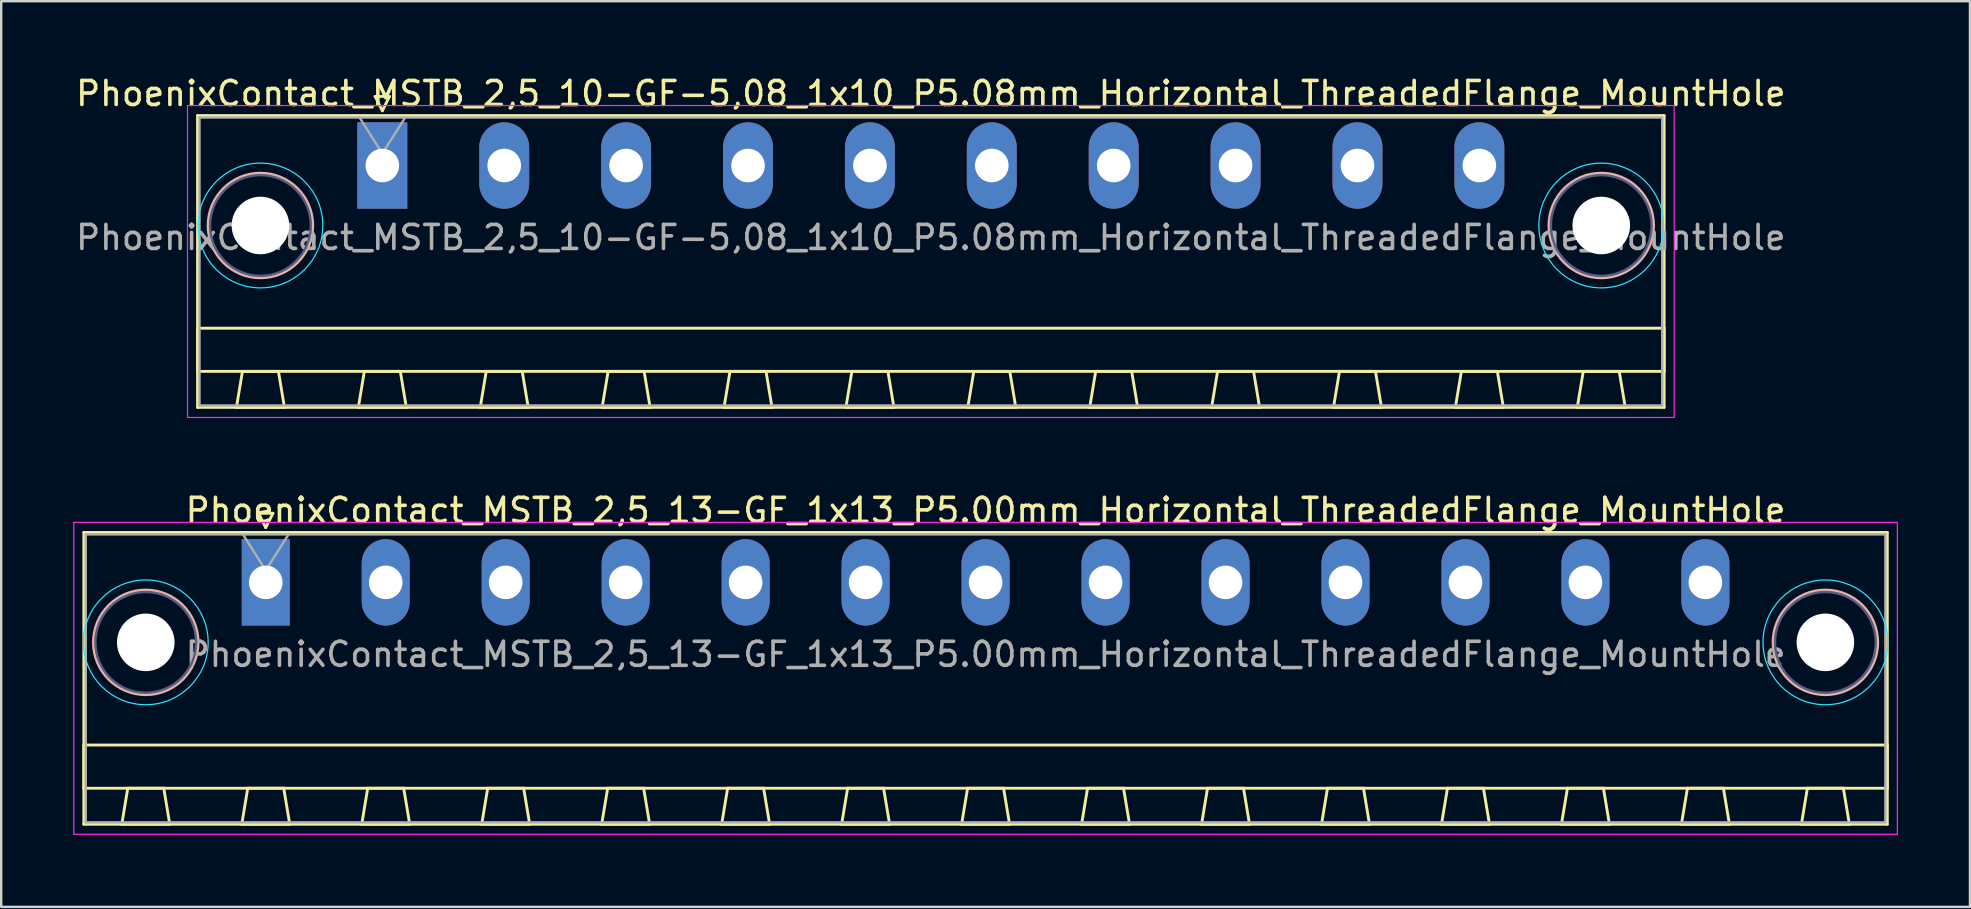
<source format=kicad_pcb>
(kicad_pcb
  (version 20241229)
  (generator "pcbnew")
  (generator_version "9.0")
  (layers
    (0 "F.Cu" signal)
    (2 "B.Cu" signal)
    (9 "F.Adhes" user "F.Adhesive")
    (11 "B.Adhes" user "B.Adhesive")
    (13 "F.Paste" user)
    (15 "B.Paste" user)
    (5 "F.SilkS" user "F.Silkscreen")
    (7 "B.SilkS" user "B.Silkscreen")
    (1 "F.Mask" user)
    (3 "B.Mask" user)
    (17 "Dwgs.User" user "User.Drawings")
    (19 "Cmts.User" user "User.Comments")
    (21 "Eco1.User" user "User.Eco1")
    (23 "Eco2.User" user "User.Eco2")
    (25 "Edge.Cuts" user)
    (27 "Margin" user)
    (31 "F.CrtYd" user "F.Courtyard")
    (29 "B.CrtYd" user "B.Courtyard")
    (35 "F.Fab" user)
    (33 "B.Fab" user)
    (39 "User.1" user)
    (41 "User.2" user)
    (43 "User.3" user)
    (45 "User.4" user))
  (footprint "PhoenixContact_MSTB_2,5_13-GF_1x13_P5.00mm_Horizontal_ThreadedFlange_MountHole"
    (layer "F.Cu")
    (at 8.025 21.221)
    (property "Reference" "PhoenixContact_MSTB_2,5_13-GF_1x13_P5.00mm_Horizontal_ThreadedFlange_MountHole" (at 30 -3 0) (layer "F.SilkS") (effects (font (size 1 1) (thickness 0.15))))
    (attr through_hole)
    (fp_line (start -7.58 -2.08) (end -7.58 10.08) (stroke (width 0.12) (type solid)) (layer "F.SilkS"))
    (fp_line (start -7.58 6.78) (end 67.58 6.78) (stroke (width 0.12) (type solid)) (layer "F.SilkS"))
    (fp_line (start -7.58 8.58) (end -7.58 6.78) (stroke (width 0.12) (type solid)) (layer "F.SilkS"))
    (fp_line (start -7.58 10.08) (end 67.58 10.08) (stroke (width 0.12) (type solid)) (layer "F.SilkS"))
    (fp_line (start -6 10.08) (end -4 10.08) (stroke (width 0.12) (type solid)) (layer "F.SilkS"))
    (fp_line (start -5.75 8.58) (end -6 10.08) (stroke (width 0.12) (type solid)) (layer "F.SilkS"))
    (fp_line (start -4.25 8.58) (end -5.75 8.58) (stroke (width 0.12) (type solid)) (layer "F.SilkS"))
    (fp_line (start -4 10.08) (end -4.25 8.58) (stroke (width 0.12) (type solid)) (layer "F.SilkS"))
    (fp_line (start -1 10.08) (end 1 10.08) (stroke (width 0.12) (type solid)) (layer "F.SilkS"))
    (fp_line (start -0.75 8.58) (end -1 10.08) (stroke (width 0.12) (type solid)) (layer "F.SilkS"))
    (fp_line (start -0.3 -2.88) (end 0.3 -2.88) (stroke (width 0.12) (type solid)) (layer "F.SilkS"))
    (fp_line (start 0 -2.28) (end -0.3 -2.88) (stroke (width 0.12) (type solid)) (layer "F.SilkS"))
    (fp_line (start 0.3 -2.88) (end 0 -2.28) (stroke (width 0.12) (type solid)) (layer "F.SilkS"))
    (fp_line (start 0.75 8.58) (end -0.75 8.58) (stroke (width 0.12) (type solid)) (layer "F.SilkS"))
    (fp_line (start 1 10.08) (end 0.75 8.58) (stroke (width 0.12) (type solid)) (layer "F.SilkS"))
    (fp_line (start 4 10.08) (end 6 10.08) (stroke (width 0.12) (type solid)) (layer "F.SilkS"))
    (fp_line (start 4.25 8.58) (end 4 10.08) (stroke (width 0.12) (type solid)) (layer "F.SilkS"))
    (fp_line (start 5.75 8.58) (end 4.25 8.58) (stroke (width 0.12) (type solid)) (layer "F.SilkS"))
    (fp_line (start 6 10.08) (end 5.75 8.58) (stroke (width 0.12) (type solid)) (layer "F.SilkS"))
    (fp_line (start 9 10.08) (end 11 10.08) (stroke (width 0.12) (type solid)) (layer "F.SilkS"))
    (fp_line (start 9.25 8.58) (end 9 10.08) (stroke (width 0.12) (type solid)) (layer "F.SilkS"))
    (fp_line (start 10.75 8.58) (end 9.25 8.58) (stroke (width 0.12) (type solid)) (layer "F.SilkS"))
    (fp_line (start 11 10.08) (end 10.75 8.58) (stroke (width 0.12) (type solid)) (layer "F.SilkS"))
    (fp_line (start 14 10.08) (end 16 10.08) (stroke (width 0.12) (type solid)) (layer "F.SilkS"))
    (fp_line (start 14.25 8.58) (end 14 10.08) (stroke (width 0.12) (type solid)) (layer "F.SilkS"))
    (fp_line (start 15.75 8.58) (end 14.25 8.58) (stroke (width 0.12) (type solid)) (layer "F.SilkS"))
    (fp_line (start 16 10.08) (end 15.75 8.58) (stroke (width 0.12) (type solid)) (layer "F.SilkS"))
    (fp_line (start 19 10.08) (end 21 10.08) (stroke (width 0.12) (type solid)) (layer "F.SilkS"))
    (fp_line (start 19.25 8.58) (end 19 10.08) (stroke (width 0.12) (type solid)) (layer "F.SilkS"))
    (fp_line (start 20.75 8.58) (end 19.25 8.58) (stroke (width 0.12) (type solid)) (layer "F.SilkS"))
    (fp_line (start 21 10.08) (end 20.75 8.58) (stroke (width 0.12) (type solid)) (layer "F.SilkS"))
    (fp_line (start 24 10.08) (end 26 10.08) (stroke (width 0.12) (type solid)) (layer "F.SilkS"))
    (fp_line (start 24.25 8.58) (end 24 10.08) (stroke (width 0.12) (type solid)) (layer "F.SilkS"))
    (fp_line (start 25.75 8.58) (end 24.25 8.58) (stroke (width 0.12) (type solid)) (layer "F.SilkS"))
    (fp_line (start 26 10.08) (end 25.75 8.58) (stroke (width 0.12) (type solid)) (layer "F.SilkS"))
    (fp_line (start 29 10.08) (end 31 10.08) (stroke (width 0.12) (type solid)) (layer "F.SilkS"))
    (fp_line (start 29.25 8.58) (end 29 10.08) (stroke (width 0.12) (type solid)) (layer "F.SilkS"))
    (fp_line (start 30.75 8.58) (end 29.25 8.58) (stroke (width 0.12) (type solid)) (layer "F.SilkS"))
    (fp_line (start 31 10.08) (end 30.75 8.58) (stroke (width 0.12) (type solid)) (layer "F.SilkS"))
    (fp_line (start 34 10.08) (end 36 10.08) (stroke (width 0.12) (type solid)) (layer "F.SilkS"))
    (fp_line (start 34.25 8.58) (end 34 10.08) (stroke (width 0.12) (type solid)) (layer "F.SilkS"))
    (fp_line (start 35.75 8.58) (end 34.25 8.58) (stroke (width 0.12) (type solid)) (layer "F.SilkS"))
    (fp_line (start 36 10.08) (end 35.75 8.58) (stroke (width 0.12) (type solid)) (layer "F.SilkS"))
    (fp_line (start 39 10.08) (end 41 10.08) (stroke (width 0.12) (type solid)) (layer "F.SilkS"))
    (fp_line (start 39.25 8.58) (end 39 10.08) (stroke (width 0.12) (type solid)) (layer "F.SilkS"))
    (fp_line (start 40.75 8.58) (end 39.25 8.58) (stroke (width 0.12) (type solid)) (layer "F.SilkS"))
    (fp_line (start 41 10.08) (end 40.75 8.58) (stroke (width 0.12) (type solid)) (layer "F.SilkS"))
    (fp_line (start 44 10.08) (end 46 10.08) (stroke (width 0.12) (type solid)) (layer "F.SilkS"))
    (fp_line (start 44.25 8.58) (end 44 10.08) (stroke (width 0.12) (type solid)) (layer "F.SilkS"))
    (fp_line (start 45.75 8.58) (end 44.25 8.58) (stroke (width 0.12) (type solid)) (layer "F.SilkS"))
    (fp_line (start 46 10.08) (end 45.75 8.58) (stroke (width 0.12) (type solid)) (layer "F.SilkS"))
    (fp_line (start 49 10.08) (end 51 10.08) (stroke (width 0.12) (type solid)) (layer "F.SilkS"))
    (fp_line (start 49.25 8.58) (end 49 10.08) (stroke (width 0.12) (type solid)) (layer "F.SilkS"))
    (fp_line (start 50.75 8.58) (end 49.25 8.58) (stroke (width 0.12) (type solid)) (layer "F.SilkS"))
    (fp_line (start 51 10.08) (end 50.75 8.58) (stroke (width 0.12) (type solid)) (layer "F.SilkS"))
    (fp_line (start 54 10.08) (end 56 10.08) (stroke (width 0.12) (type solid)) (layer "F.SilkS"))
    (fp_line (start 54.25 8.58) (end 54 10.08) (stroke (width 0.12) (type solid)) (layer "F.SilkS"))
    (fp_line (start 55.75 8.58) (end 54.25 8.58) (stroke (width 0.12) (type solid)) (layer "F.SilkS"))
    (fp_line (start 56 10.08) (end 55.75 8.58) (stroke (width 0.12) (type solid)) (layer "F.SilkS"))
    (fp_line (start 59 10.08) (end 61 10.08) (stroke (width 0.12) (type solid)) (layer "F.SilkS"))
    (fp_line (start 59.25 8.58) (end 59 10.08) (stroke (width 0.12) (type solid)) (layer "F.SilkS"))
    (fp_line (start 60.75 8.58) (end 59.25 8.58) (stroke (width 0.12) (type solid)) (layer "F.SilkS"))
    (fp_line (start 61 10.08) (end 60.75 8.58) (stroke (width 0.12) (type solid)) (layer "F.SilkS"))
    (fp_line (start 64 10.08) (end 66 10.08) (stroke (width 0.12) (type solid)) (layer "F.SilkS"))
    (fp_line (start 64.25 8.58) (end 64 10.08) (stroke (width 0.12) (type solid)) (layer "F.SilkS"))
    (fp_line (start 65.75 8.58) (end 64.25 8.58) (stroke (width 0.12) (type solid)) (layer "F.SilkS"))
    (fp_line (start 66 10.08) (end 65.75 8.58) (stroke (width 0.12) (type solid)) (layer "F.SilkS"))
    (fp_line (start 67.58 -2.08) (end -7.58 -2.08) (stroke (width 0.12) (type solid)) (layer "F.SilkS"))
    (fp_line (start 67.58 6.78) (end 67.58 8.58) (stroke (width 0.12) (type solid)) (layer "F.SilkS"))
    (fp_line (start 67.58 8.58) (end -7.58 8.58) (stroke (width 0.12) (type solid)) (layer "F.SilkS"))
    (fp_line (start 67.58 10.08) (end 67.58 -2.08) (stroke (width 0.12) (type solid)) (layer "F.SilkS"))
    (fp_circle (center -5 2.5) (end -2.82 2.5) (stroke (width 0.12) (type solid)) (fill no) (layer "B.SilkS"))
    (fp_circle (center 65 2.5) (end 67.18 2.5) (stroke (width 0.12) (type solid)) (fill no) (layer "B.SilkS"))
    (fp_circle (center -5 2.5) (end -2.4 2.5) (stroke (width 0.05) (type solid)) (fill no) (layer "B.CrtYd"))
    (fp_circle (center 65 2.5) (end 67.6 2.5) (stroke (width 0.05) (type solid)) (fill no) (layer "B.CrtYd"))
    (fp_line (start -8 -2.5) (end -8 10.5) (stroke (width 0.05) (type solid)) (layer "F.CrtYd"))
    (fp_line (start -8 10.5) (end 68 10.5) (stroke (width 0.05) (type solid)) (layer "F.CrtYd"))
    (fp_line (start 68 -2.5) (end -8 -2.5) (stroke (width 0.05) (type solid)) (layer "F.CrtYd"))
    (fp_line (start 68 10.5) (end 68 -2.5) (stroke (width 0.05) (type solid)) (layer "F.CrtYd"))
    (fp_circle (center -5 2.5) (end -2.9 2.5) (stroke (width 0.1) (type solid)) (fill no) (layer "B.Fab"))
    (fp_circle (center 65 2.5) (end 67.1 2.5) (stroke (width 0.1) (type solid)) (fill no) (layer "B.Fab"))
    (fp_line (start -7.5 -2) (end -7.5 10) (stroke (width 0.1) (type solid)) (layer "F.Fab"))
    (fp_line (start -7.5 10) (end 67.5 10) (stroke (width 0.1) (type solid)) (layer "F.Fab"))
    (fp_line (start 0 -0.5) (end -0.95 -2) (stroke (width 0.1) (type solid)) (layer "F.Fab"))
    (fp_line (start 0.95 -2) (end 0 -0.5) (stroke (width 0.1) (type solid)) (layer "F.Fab"))
    (fp_line (start 67.5 -2) (end -7.5 -2) (stroke (width 0.1) (type solid)) (layer "F.Fab"))
    (fp_line (start 67.5 10) (end 67.5 -2) (stroke (width 0.1) (type solid)) (layer "F.Fab"))
    (fp_text user "${REFERENCE}" (at 30 3 0) (layer "F.Fab") (effects (font (size 1 1) (thickness 0.15))))
    (pad "" np_thru_hole circle (at -5 2.5) (size 2.4 2.4) (drill 2.4) (layers "*.Cu" "*.Mask"))
    (pad "" np_thru_hole circle (at 65 2.5) (size 2.4 2.4) (drill 2.4) (layers "*.Cu" "*.Mask"))
    (pad "1" thru_hole rect (at 0 0) (size 2 3.6) (drill 1.4) (layers "*.Cu" "*.Mask"))
    (pad "2" thru_hole oval (at 5 0) (size 2 3.6) (drill 1.4) (layers "*.Cu" "*.Mask"))
    (pad "3" thru_hole oval (at 10 0) (size 2 3.6) (drill 1.4) (layers "*.Cu" "*.Mask"))
    (pad "4" thru_hole oval (at 15 0) (size 2 3.6) (drill 1.4) (layers "*.Cu" "*.Mask"))
    (pad "5" thru_hole oval (at 20 0) (size 2 3.6) (drill 1.4) (layers "*.Cu" "*.Mask"))
    (pad "6" thru_hole oval (at 25 0) (size 2 3.6) (drill 1.4) (layers "*.Cu" "*.Mask"))
    (pad "7" thru_hole oval (at 30 0) (size 2 3.6) (drill 1.4) (layers "*.Cu" "*.Mask"))
    (pad "8" thru_hole oval (at 35 0) (size 2 3.6) (drill 1.4) (layers "*.Cu" "*.Mask"))
    (pad "9" thru_hole oval (at 40 0) (size 2 3.6) (drill 1.4) (layers "*.Cu" "*.Mask"))
    (pad "10" thru_hole oval (at 45 0) (size 2 3.6) (drill 1.4) (layers "*.Cu" "*.Mask"))
    (pad "11" thru_hole oval (at 50 0) (size 2 3.6) (drill 1.4) (layers "*.Cu" "*.Mask"))
    (pad "12" thru_hole oval (at 55 0) (size 2 3.6) (drill 1.4) (layers "*.Cu" "*.Mask"))
    (pad "13" thru_hole oval (at 60 0) (size 2 3.6) (drill 1.4) (layers "*.Cu" "*.Mask")))
  (footprint "PhoenixContact_MSTB_2,5_10-GF-5,08_1x10_P5.08mm_Horizontal_ThreadedFlange_MountHole"
    (layer "F.Cu")
    (at 12.884 3.848)
    (property "Reference" "PhoenixContact_MSTB_2,5_10-GF-5,08_1x10_P5.08mm_Horizontal_ThreadedFlange_MountHole" (at 22.86 -3 0) (layer "F.SilkS") (effects (font (size 1 1) (thickness 0.15))))
    (attr through_hole)
    (fp_line (start -7.7 -2.08) (end -7.7 10.08) (stroke (width 0.12) (type solid)) (layer "F.SilkS"))
    (fp_line (start -7.7 6.78) (end 53.42 6.78) (stroke (width 0.12) (type solid)) (layer "F.SilkS"))
    (fp_line (start -7.7 8.58) (end -7.7 6.78) (stroke (width 0.12) (type solid)) (layer "F.SilkS"))
    (fp_line (start -7.7 10.08) (end 53.42 10.08) (stroke (width 0.12) (type solid)) (layer "F.SilkS"))
    (fp_line (start -6.08 10.08) (end -4.08 10.08) (stroke (width 0.12) (type solid)) (layer "F.SilkS"))
    (fp_line (start -5.83 8.58) (end -6.08 10.08) (stroke (width 0.12) (type solid)) (layer "F.SilkS"))
    (fp_line (start -4.33 8.58) (end -5.83 8.58) (stroke (width 0.12) (type solid)) (layer "F.SilkS"))
    (fp_line (start -4.08 10.08) (end -4.33 8.58) (stroke (width 0.12) (type solid)) (layer "F.SilkS"))
    (fp_line (start -1 10.08) (end 1 10.08) (stroke (width 0.12) (type solid)) (layer "F.SilkS"))
    (fp_line (start -0.75 8.58) (end -1 10.08) (stroke (width 0.12) (type solid)) (layer "F.SilkS"))
    (fp_line (start -0.3 -2.88) (end 0.3 -2.88) (stroke (width 0.12) (type solid)) (layer "F.SilkS"))
    (fp_line (start 0 -2.28) (end -0.3 -2.88) (stroke (width 0.12) (type solid)) (layer "F.SilkS"))
    (fp_line (start 0.3 -2.88) (end 0 -2.28) (stroke (width 0.12) (type solid)) (layer "F.SilkS"))
    (fp_line (start 0.75 8.58) (end -0.75 8.58) (stroke (width 0.12) (type solid)) (layer "F.SilkS"))
    (fp_line (start 1 10.08) (end 0.75 8.58) (stroke (width 0.12) (type solid)) (layer "F.SilkS"))
    (fp_line (start 4.08 10.08) (end 6.08 10.08) (stroke (width 0.12) (type solid)) (layer "F.SilkS"))
    (fp_line (start 4.33 8.58) (end 4.08 10.08) (stroke (width 0.12) (type solid)) (layer "F.SilkS"))
    (fp_line (start 5.83 8.58) (end 4.33 8.58) (stroke (width 0.12) (type solid)) (layer "F.SilkS"))
    (fp_line (start 6.08 10.08) (end 5.83 8.58) (stroke (width 0.12) (type solid)) (layer "F.SilkS"))
    (fp_line (start 9.16 10.08) (end 11.16 10.08) (stroke (width 0.12) (type solid)) (layer "F.SilkS"))
    (fp_line (start 9.41 8.58) (end 9.16 10.08) (stroke (width 0.12) (type solid)) (layer "F.SilkS"))
    (fp_line (start 10.91 8.58) (end 9.41 8.58) (stroke (width 0.12) (type solid)) (layer "F.SilkS"))
    (fp_line (start 11.16 10.08) (end 10.91 8.58) (stroke (width 0.12) (type solid)) (layer "F.SilkS"))
    (fp_line (start 14.24 10.08) (end 16.24 10.08) (stroke (width 0.12) (type solid)) (layer "F.SilkS"))
    (fp_line (start 14.49 8.58) (end 14.24 10.08) (stroke (width 0.12) (type solid)) (layer "F.SilkS"))
    (fp_line (start 15.99 8.58) (end 14.49 8.58) (stroke (width 0.12) (type solid)) (layer "F.SilkS"))
    (fp_line (start 16.24 10.08) (end 15.99 8.58) (stroke (width 0.12) (type solid)) (layer "F.SilkS"))
    (fp_line (start 19.32 10.08) (end 21.32 10.08) (stroke (width 0.12) (type solid)) (layer "F.SilkS"))
    (fp_line (start 19.57 8.58) (end 19.32 10.08) (stroke (width 0.12) (type solid)) (layer "F.SilkS"))
    (fp_line (start 21.07 8.58) (end 19.57 8.58) (stroke (width 0.12) (type solid)) (layer "F.SilkS"))
    (fp_line (start 21.32 10.08) (end 21.07 8.58) (stroke (width 0.12) (type solid)) (layer "F.SilkS"))
    (fp_line (start 24.4 10.08) (end 26.4 10.08) (stroke (width 0.12) (type solid)) (layer "F.SilkS"))
    (fp_line (start 24.65 8.58) (end 24.4 10.08) (stroke (width 0.12) (type solid)) (layer "F.SilkS"))
    (fp_line (start 26.15 8.58) (end 24.65 8.58) (stroke (width 0.12) (type solid)) (layer "F.SilkS"))
    (fp_line (start 26.4 10.08) (end 26.15 8.58) (stroke (width 0.12) (type solid)) (layer "F.SilkS"))
    (fp_line (start 29.48 10.08) (end 31.48 10.08) (stroke (width 0.12) (type solid)) (layer "F.SilkS"))
    (fp_line (start 29.73 8.58) (end 29.48 10.08) (stroke (width 0.12) (type solid)) (layer "F.SilkS"))
    (fp_line (start 31.23 8.58) (end 29.73 8.58) (stroke (width 0.12) (type solid)) (layer "F.SilkS"))
    (fp_line (start 31.48 10.08) (end 31.23 8.58) (stroke (width 0.12) (type solid)) (layer "F.SilkS"))
    (fp_line (start 34.56 10.08) (end 36.56 10.08) (stroke (width 0.12) (type solid)) (layer "F.SilkS"))
    (fp_line (start 34.81 8.58) (end 34.56 10.08) (stroke (width 0.12) (type solid)) (layer "F.SilkS"))
    (fp_line (start 36.31 8.58) (end 34.81 8.58) (stroke (width 0.12) (type solid)) (layer "F.SilkS"))
    (fp_line (start 36.56 10.08) (end 36.31 8.58) (stroke (width 0.12) (type solid)) (layer "F.SilkS"))
    (fp_line (start 39.64 10.08) (end 41.64 10.08) (stroke (width 0.12) (type solid)) (layer "F.SilkS"))
    (fp_line (start 39.89 8.58) (end 39.64 10.08) (stroke (width 0.12) (type solid)) (layer "F.SilkS"))
    (fp_line (start 41.39 8.58) (end 39.89 8.58) (stroke (width 0.12) (type solid)) (layer "F.SilkS"))
    (fp_line (start 41.64 10.08) (end 41.39 8.58) (stroke (width 0.12) (type solid)) (layer "F.SilkS"))
    (fp_line (start 44.72 10.08) (end 46.72 10.08) (stroke (width 0.12) (type solid)) (layer "F.SilkS"))
    (fp_line (start 44.97 8.58) (end 44.72 10.08) (stroke (width 0.12) (type solid)) (layer "F.SilkS"))
    (fp_line (start 46.47 8.58) (end 44.97 8.58) (stroke (width 0.12) (type solid)) (layer "F.SilkS"))
    (fp_line (start 46.72 10.08) (end 46.47 8.58) (stroke (width 0.12) (type solid)) (layer "F.SilkS"))
    (fp_line (start 49.8 10.08) (end 51.8 10.08) (stroke (width 0.12) (type solid)) (layer "F.SilkS"))
    (fp_line (start 50.05 8.58) (end 49.8 10.08) (stroke (width 0.12) (type solid)) (layer "F.SilkS"))
    (fp_line (start 51.55 8.58) (end 50.05 8.58) (stroke (width 0.12) (type solid)) (layer "F.SilkS"))
    (fp_line (start 51.8 10.08) (end 51.55 8.58) (stroke (width 0.12) (type solid)) (layer "F.SilkS"))
    (fp_line (start 53.42 -2.08) (end -7.7 -2.08) (stroke (width 0.12) (type solid)) (layer "F.SilkS"))
    (fp_line (start 53.42 6.78) (end 53.42 8.58) (stroke (width 0.12) (type solid)) (layer "F.SilkS"))
    (fp_line (start 53.42 8.58) (end -7.7 8.58) (stroke (width 0.12) (type solid)) (layer "F.SilkS"))
    (fp_line (start 53.42 10.08) (end 53.42 -2.08) (stroke (width 0.12) (type solid)) (layer "F.SilkS"))
    (fp_circle (center -5.08 2.5) (end -2.9 2.5) (stroke (width 0.12) (type solid)) (fill no) (layer "B.SilkS"))
    (fp_circle (center 50.8 2.5) (end 52.98 2.5) (stroke (width 0.12) (type solid)) (fill no) (layer "B.SilkS"))
    (fp_circle (center -5.08 2.5) (end -2.48 2.5) (stroke (width 0.05) (type solid)) (fill no) (layer "B.CrtYd"))
    (fp_circle (center 50.8 2.5) (end 53.4 2.5) (stroke (width 0.05) (type solid)) (fill no) (layer "B.CrtYd"))
    (fp_line (start -8.12 -2.5) (end -8.12 10.5) (stroke (width 0.05) (type solid)) (layer "F.CrtYd"))
    (fp_line (start -8.12 10.5) (end 53.84 10.5) (stroke (width 0.05) (type solid)) (layer "F.CrtYd"))
    (fp_line (start 53.84 -2.5) (end -8.12 -2.5) (stroke (width 0.05) (type solid)) (layer "F.CrtYd"))
    (fp_line (start 53.84 10.5) (end 53.84 -2.5) (stroke (width 0.05) (type solid)) (layer "F.CrtYd"))
    (fp_circle (center -5.08 2.5) (end -2.98 2.5) (stroke (width 0.1) (type solid)) (fill no) (layer "B.Fab"))
    (fp_circle (center 50.8 2.5) (end 52.9 2.5) (stroke (width 0.1) (type solid)) (fill no) (layer "B.Fab"))
    (fp_line (start -7.62 -2) (end -7.62 10) (stroke (width 0.1) (type solid)) (layer "F.Fab"))
    (fp_line (start -7.62 10) (end 53.34 10) (stroke (width 0.1) (type solid)) (layer "F.Fab"))
    (fp_line (start 0 -0.5) (end -0.95 -2) (stroke (width 0.1) (type solid)) (layer "F.Fab"))
    (fp_line (start 0.95 -2) (end 0 -0.5) (stroke (width 0.1) (type solid)) (layer "F.Fab"))
    (fp_line (start 53.34 -2) (end -7.62 -2) (stroke (width 0.1) (type solid)) (layer "F.Fab"))
    (fp_line (start 53.34 10) (end 53.34 -2) (stroke (width 0.1) (type solid)) (layer "F.Fab"))
    (fp_text user "${REFERENCE}" (at 22.86 3 0) (layer "F.Fab") (effects (font (size 1 1) (thickness 0.15))))
    (pad "" np_thru_hole circle (at -5.08 2.5) (size 2.4 2.4) (drill 2.4) (layers "*.Cu" "*.Mask"))
    (pad "" np_thru_hole circle (at 50.8 2.5) (size 2.4 2.4) (drill 2.4) (layers "*.Cu" "*.Mask"))
    (pad "1" thru_hole rect (at 0 0) (size 2.08 3.6) (drill 1.4) (layers "*.Cu" "*.Mask"))
    (pad "2" thru_hole oval (at 5.08 0) (size 2.08 3.6) (drill 1.4) (layers "*.Cu" "*.Mask"))
    (pad "3" thru_hole oval (at 10.16 0) (size 2.08 3.6) (drill 1.4) (layers "*.Cu" "*.Mask"))
    (pad "4" thru_hole oval (at 15.24 0) (size 2.08 3.6) (drill 1.4) (layers "*.Cu" "*.Mask"))
    (pad "5" thru_hole oval (at 20.32 0) (size 2.08 3.6) (drill 1.4) (layers "*.Cu" "*.Mask"))
    (pad "6" thru_hole oval (at 25.4 0) (size 2.08 3.6) (drill 1.4) (layers "*.Cu" "*.Mask"))
    (pad "7" thru_hole oval (at 30.48 0) (size 2.08 3.6) (drill 1.4) (layers "*.Cu" "*.Mask"))
    (pad "8" thru_hole oval (at 35.56 0) (size 2.08 3.6) (drill 1.4) (layers "*.Cu" "*.Mask"))
    (pad "9" thru_hole oval (at 40.64 0) (size 2.08 3.6) (drill 1.4) (layers "*.Cu" "*.Mask"))
    (pad "10" thru_hole oval (at 45.72 0) (size 2.08 3.6) (drill 1.4) (layers "*.Cu" "*.Mask")))
  (gr_rect
    (start -3 -3)
    (end 79.05 34.746)
    (stroke (width 0.1) (type default))
    (fill no)
    (layer "Edge.Cuts")))
</source>
